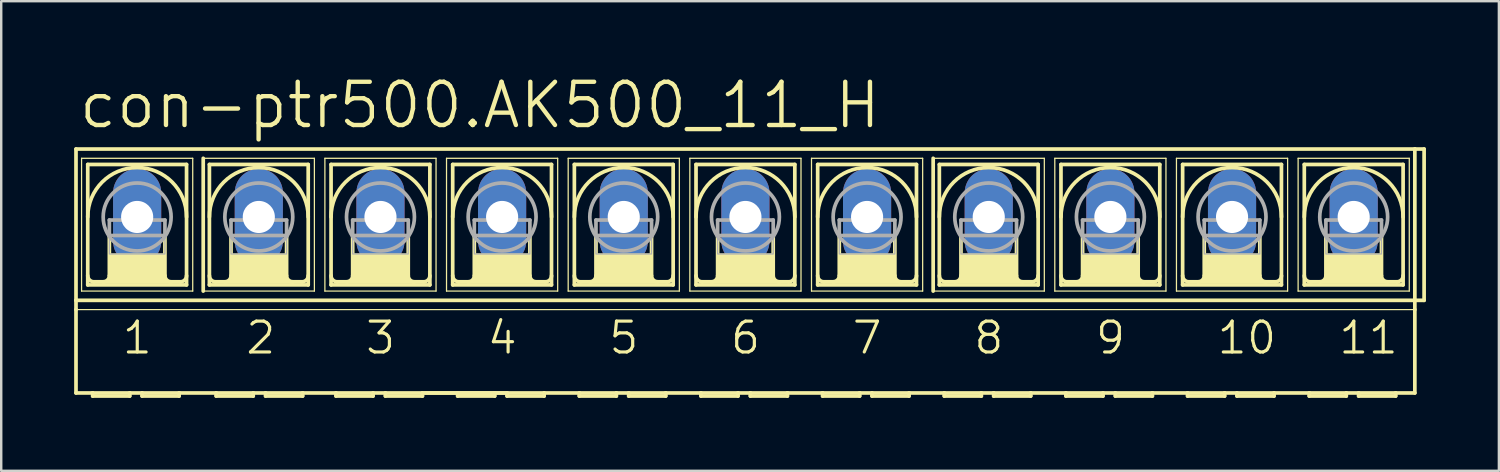
<source format=kicad_pcb>
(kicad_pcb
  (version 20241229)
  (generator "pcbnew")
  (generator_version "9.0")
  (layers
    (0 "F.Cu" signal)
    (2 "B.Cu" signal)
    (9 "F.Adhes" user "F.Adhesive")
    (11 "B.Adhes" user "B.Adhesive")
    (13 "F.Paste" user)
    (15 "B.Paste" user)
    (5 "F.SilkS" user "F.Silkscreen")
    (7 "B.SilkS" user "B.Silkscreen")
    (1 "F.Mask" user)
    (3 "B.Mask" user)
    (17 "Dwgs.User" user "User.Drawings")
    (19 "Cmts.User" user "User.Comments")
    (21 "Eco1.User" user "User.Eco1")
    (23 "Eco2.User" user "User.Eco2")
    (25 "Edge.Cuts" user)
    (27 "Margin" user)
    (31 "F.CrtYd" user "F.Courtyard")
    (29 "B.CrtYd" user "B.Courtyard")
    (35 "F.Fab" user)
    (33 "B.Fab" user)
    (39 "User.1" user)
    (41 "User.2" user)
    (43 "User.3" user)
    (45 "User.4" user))
  (footprint "con-ptr500.AK500_11_H"
    (layer "F.Cu")
    (at 27.61 5.874)
    (property "Reference" "con-ptr500.AK500_11_H" (at -27.508 -3.556 0) (layer "F.SilkS") (effects (font (size 1.778 1.778) (thickness 0.18)) (justify left bottom)))
    (attr through_hole)
    (fp_line (start -27.534 3.429) (end -27.534 -2.794) (stroke (width 0.152) (type default)) (layer "F.SilkS"))
    (fp_line (start -27.534 3.429) (end 27.534 3.429) (stroke (width 0.152) (type default)) (layer "F.SilkS"))
    (fp_line (start -27.534 3.81) (end -27.534 3.429) (stroke (width 0.152) (type default)) (layer "F.SilkS"))
    (fp_line (start -27.534 7.239) (end -27.534 3.81) (stroke (width 0.152) (type default)) (layer "F.SilkS"))
    (fp_line (start -27.534 7.239) (end -26.848 7.239) (stroke (width 0.152) (type default)) (layer "F.SilkS"))
    (fp_line (start -27.305 -2.413) (end -27.305 3.048) (stroke (width 0.051) (type default)) (layer "F.SilkS"))
    (fp_line (start -27.305 -2.413) (end -22.733 -2.413) (stroke (width 0.051) (type default)) (layer "F.SilkS"))
    (fp_line (start -27.051 2.794) (end -27.051 -2.159) (stroke (width 0.152) (type default)) (layer "F.SilkS"))
    (fp_line (start -27.051 2.794) (end -22.987 2.794) (stroke (width 0.152) (type default)) (layer "F.SilkS"))
    (fp_line (start -26.848 7.239) (end -25.324 7.239) (stroke (width 0.152) (type default)) (layer "F.SilkS"))
    (fp_line (start -26.848 7.366) (end -26.848 7.239) (stroke (width 0.152) (type default)) (layer "F.SilkS"))
    (fp_line (start -26.848 7.366) (end -25.324 7.366) (stroke (width 0.152) (type default)) (layer "F.SilkS"))
    (fp_line (start -26.162 0.762) (end -26.162 2.413) (stroke (width 0.152) (type default)) (layer "F.SilkS"))
    (fp_line (start -25.324 7.239) (end -25.324 7.366) (stroke (width 0.152) (type default)) (layer "F.SilkS"))
    (fp_line (start -25.324 7.239) (end -24.816 7.239) (stroke (width 0.152) (type default)) (layer "F.SilkS"))
    (fp_line (start -24.816 7.239) (end -23.292 7.239) (stroke (width 0.152) (type default)) (layer "F.SilkS"))
    (fp_line (start -24.816 7.366) (end -24.816 7.239) (stroke (width 0.152) (type default)) (layer "F.SilkS"))
    (fp_line (start -24.816 7.366) (end -23.292 7.366) (stroke (width 0.152) (type default)) (layer "F.SilkS"))
    (fp_line (start -23.876 0.762) (end -23.876 2.413) (stroke (width 0.152) (type default)) (layer "F.SilkS"))
    (fp_line (start -23.292 7.239) (end -21.768 7.239) (stroke (width 0.152) (type default)) (layer "F.SilkS"))
    (fp_line (start -23.292 7.366) (end -23.292 7.239) (stroke (width 0.152) (type default)) (layer "F.SilkS"))
    (fp_line (start -23.241 2.667) (end -26.797 2.667) (stroke (width 0.152) (type default)) (layer "F.SilkS"))
    (fp_line (start -22.987 -2.159) (end -27.051 -2.159) (stroke (width 0.152) (type default)) (layer "F.SilkS"))
    (fp_line (start -22.987 -2.159) (end -22.987 2.794) (stroke (width 0.152) (type default)) (layer "F.SilkS"))
    (fp_line (start -22.733 -2.413) (end -22.733 3.048) (stroke (width 0.051) (type default)) (layer "F.SilkS"))
    (fp_line (start -22.733 3.048) (end -27.305 3.048) (stroke (width 0.051) (type default)) (layer "F.SilkS"))
    (fp_line (start -22.301 -2.413) (end -22.301 3.048) (stroke (width 0.152) (type default)) (layer "F.SilkS"))
    (fp_line (start -22.301 -2.413) (end -17.729 -2.413) (stroke (width 0.051) (type default)) (layer "F.SilkS"))
    (fp_line (start -22.047 -2.159) (end -22.047 2.794) (stroke (width 0.152) (type default)) (layer "F.SilkS"))
    (fp_line (start -22.047 2.794) (end -17.983 2.794) (stroke (width 0.152) (type default)) (layer "F.SilkS"))
    (fp_line (start -21.768 7.239) (end -20.244 7.239) (stroke (width 0.152) (type default)) (layer "F.SilkS"))
    (fp_line (start -21.768 7.366) (end -21.768 7.239) (stroke (width 0.152) (type default)) (layer "F.SilkS"))
    (fp_line (start -21.768 7.366) (end -20.244 7.366) (stroke (width 0.152) (type default)) (layer "F.SilkS"))
    (fp_line (start -21.158 0.762) (end -21.158 2.413) (stroke (width 0.152) (type default)) (layer "F.SilkS"))
    (fp_line (start -20.244 7.239) (end -20.244 7.366) (stroke (width 0.152) (type default)) (layer "F.SilkS"))
    (fp_line (start -20.244 7.239) (end -19.736 7.239) (stroke (width 0.152) (type default)) (layer "F.SilkS"))
    (fp_line (start -19.736 7.239) (end -18.212 7.239) (stroke (width 0.152) (type default)) (layer "F.SilkS"))
    (fp_line (start -19.736 7.366) (end -19.736 7.239) (stroke (width 0.152) (type default)) (layer "F.SilkS"))
    (fp_line (start -19.736 7.366) (end -18.212 7.366) (stroke (width 0.152) (type default)) (layer "F.SilkS"))
    (fp_line (start -18.872 0.762) (end -18.872 2.413) (stroke (width 0.152) (type default)) (layer "F.SilkS"))
    (fp_line (start -18.237 2.667) (end -21.793 2.667) (stroke (width 0.152) (type default)) (layer "F.SilkS"))
    (fp_line (start -18.212 7.366) (end -18.212 7.239) (stroke (width 0.152) (type default)) (layer "F.SilkS"))
    (fp_line (start -17.983 -2.159) (end -22.047 -2.159) (stroke (width 0.152) (type default)) (layer "F.SilkS"))
    (fp_line (start -17.983 2.794) (end -17.983 -2.159) (stroke (width 0.152) (type default)) (layer "F.SilkS"))
    (fp_line (start -17.729 3.048) (end -22.301 3.048) (stroke (width 0.051) (type default)) (layer "F.SilkS"))
    (fp_line (start -17.729 3.048) (end -17.729 -2.413) (stroke (width 0.051) (type default)) (layer "F.SilkS"))
    (fp_line (start -17.297 -2.413) (end -17.297 3.048) (stroke (width 0.051) (type default)) (layer "F.SilkS"))
    (fp_line (start -17.297 -2.413) (end -12.725 -2.413) (stroke (width 0.051) (type default)) (layer "F.SilkS"))
    (fp_line (start -17.043 2.794) (end -17.043 -2.159) (stroke (width 0.152) (type default)) (layer "F.SilkS"))
    (fp_line (start -17.043 2.794) (end -12.979 2.794) (stroke (width 0.152) (type default)) (layer "F.SilkS"))
    (fp_line (start -16.84 7.239) (end -18.212 7.239) (stroke (width 0.152) (type default)) (layer "F.SilkS"))
    (fp_line (start -16.84 7.239) (end -16.84 7.366) (stroke (width 0.152) (type default)) (layer "F.SilkS"))
    (fp_line (start -16.84 7.239) (end -15.316 7.239) (stroke (width 0.152) (type default)) (layer "F.SilkS"))
    (fp_line (start -16.84 7.366) (end -15.316 7.366) (stroke (width 0.152) (type default)) (layer "F.SilkS"))
    (fp_line (start -16.154 0.762) (end -16.154 2.413) (stroke (width 0.152) (type default)) (layer "F.SilkS"))
    (fp_line (start -15.316 7.239) (end -15.316 7.366) (stroke (width 0.152) (type default)) (layer "F.SilkS"))
    (fp_line (start -15.316 7.239) (end -14.808 7.239) (stroke (width 0.152) (type default)) (layer "F.SilkS"))
    (fp_line (start -14.808 7.239) (end -14.808 7.366) (stroke (width 0.152) (type default)) (layer "F.SilkS"))
    (fp_line (start -14.808 7.239) (end -13.284 7.239) (stroke (width 0.152) (type default)) (layer "F.SilkS"))
    (fp_line (start -14.808 7.366) (end -13.284 7.366) (stroke (width 0.152) (type default)) (layer "F.SilkS"))
    (fp_line (start -13.868 0.762) (end -13.868 2.413) (stroke (width 0.152) (type default)) (layer "F.SilkS"))
    (fp_line (start -13.284 7.366) (end -13.284 7.239) (stroke (width 0.152) (type default)) (layer "F.SilkS"))
    (fp_line (start -13.233 2.667) (end -16.789 2.667) (stroke (width 0.152) (type default)) (layer "F.SilkS"))
    (fp_line (start -12.979 -2.159) (end -17.043 -2.159) (stroke (width 0.152) (type default)) (layer "F.SilkS"))
    (fp_line (start -12.979 -2.159) (end -12.979 2.794) (stroke (width 0.152) (type default)) (layer "F.SilkS"))
    (fp_line (start -12.725 -2.413) (end -12.725 3.048) (stroke (width 0.051) (type default)) (layer "F.SilkS"))
    (fp_line (start -12.725 3.048) (end -17.297 3.048) (stroke (width 0.051) (type default)) (layer "F.SilkS"))
    (fp_line (start -12.294 -2.413) (end -12.294 3.048) (stroke (width 0.051) (type default)) (layer "F.SilkS"))
    (fp_line (start -12.294 -2.413) (end -7.722 -2.413) (stroke (width 0.051) (type default)) (layer "F.SilkS"))
    (fp_line (start -12.04 2.794) (end -12.04 -2.159) (stroke (width 0.152) (type default)) (layer "F.SilkS"))
    (fp_line (start -12.04 2.794) (end -7.976 2.794) (stroke (width 0.152) (type default)) (layer "F.SilkS"))
    (fp_line (start -11.836 7.239) (end -13.183 7.239) (stroke (width 0.152) (type default)) (layer "F.SilkS"))
    (fp_line (start -11.836 7.239) (end -11.836 7.366) (stroke (width 0.152) (type default)) (layer "F.SilkS"))
    (fp_line (start -11.836 7.239) (end -10.312 7.239) (stroke (width 0.152) (type default)) (layer "F.SilkS"))
    (fp_line (start -11.836 7.366) (end -10.312 7.366) (stroke (width 0.152) (type default)) (layer "F.SilkS"))
    (fp_line (start -11.151 0.762) (end -11.151 2.413) (stroke (width 0.152) (type default)) (layer "F.SilkS"))
    (fp_line (start -10.312 7.239) (end -10.312 7.366) (stroke (width 0.152) (type default)) (layer "F.SilkS"))
    (fp_line (start -10.312 7.239) (end -9.804 7.239) (stroke (width 0.152) (type default)) (layer "F.SilkS"))
    (fp_line (start -9.804 7.239) (end -13.284 7.239) (stroke (width 0.152) (type default)) (layer "F.SilkS"))
    (fp_line (start -9.804 7.239) (end -9.804 7.366) (stroke (width 0.152) (type default)) (layer "F.SilkS"))
    (fp_line (start -9.804 7.366) (end -8.28 7.366) (stroke (width 0.152) (type default)) (layer "F.SilkS"))
    (fp_line (start -8.865 0.762) (end -8.865 2.413) (stroke (width 0.152) (type default)) (layer "F.SilkS"))
    (fp_line (start -8.28 7.239) (end -9.804 7.239) (stroke (width 0.152) (type default)) (layer "F.SilkS"))
    (fp_line (start -8.28 7.366) (end -8.28 7.239) (stroke (width 0.152) (type default)) (layer "F.SilkS"))
    (fp_line (start -8.23 2.667) (end -11.786 2.667) (stroke (width 0.152) (type default)) (layer "F.SilkS"))
    (fp_line (start -7.976 -2.159) (end -12.04 -2.159) (stroke (width 0.152) (type default)) (layer "F.SilkS"))
    (fp_line (start -7.976 -2.159) (end -7.976 2.794) (stroke (width 0.152) (type default)) (layer "F.SilkS"))
    (fp_line (start -7.722 -2.413) (end -7.722 3.048) (stroke (width 0.051) (type default)) (layer "F.SilkS"))
    (fp_line (start -7.722 3.048) (end -12.294 3.048) (stroke (width 0.051) (type default)) (layer "F.SilkS"))
    (fp_line (start -7.29 -2.413) (end -7.29 3.048) (stroke (width 0.051) (type default)) (layer "F.SilkS"))
    (fp_line (start -7.29 -2.413) (end -2.718 -2.413) (stroke (width 0.051) (type default)) (layer "F.SilkS"))
    (fp_line (start -7.036 2.794) (end -7.036 -2.159) (stroke (width 0.152) (type default)) (layer "F.SilkS"))
    (fp_line (start -7.036 2.794) (end -2.972 2.794) (stroke (width 0.152) (type default)) (layer "F.SilkS"))
    (fp_line (start -6.833 7.239) (end -8.28 7.239) (stroke (width 0.152) (type default)) (layer "F.SilkS"))
    (fp_line (start -6.833 7.366) (end -6.833 7.239) (stroke (width 0.152) (type default)) (layer "F.SilkS"))
    (fp_line (start -6.833 7.366) (end -5.309 7.366) (stroke (width 0.152) (type default)) (layer "F.SilkS"))
    (fp_line (start -6.147 0.762) (end -6.147 2.413) (stroke (width 0.152) (type default)) (layer "F.SilkS"))
    (fp_line (start -5.309 7.239) (end -6.833 7.239) (stroke (width 0.152) (type default)) (layer "F.SilkS"))
    (fp_line (start -5.309 7.239) (end -5.309 7.366) (stroke (width 0.152) (type default)) (layer "F.SilkS"))
    (fp_line (start -4.801 7.239) (end -5.309 7.239) (stroke (width 0.152) (type default)) (layer "F.SilkS"))
    (fp_line (start -4.801 7.366) (end -4.801 7.239) (stroke (width 0.152) (type default)) (layer "F.SilkS"))
    (fp_line (start -4.801 7.366) (end -3.277 7.366) (stroke (width 0.152) (type default)) (layer "F.SilkS"))
    (fp_line (start -3.861 0.762) (end -3.861 2.413) (stroke (width 0.152) (type default)) (layer "F.SilkS"))
    (fp_line (start -3.277 7.239) (end -4.801 7.239) (stroke (width 0.152) (type default)) (layer "F.SilkS"))
    (fp_line (start -3.277 7.366) (end -3.277 7.239) (stroke (width 0.152) (type default)) (layer "F.SilkS"))
    (fp_line (start -3.226 2.667) (end -6.782 2.667) (stroke (width 0.152) (type default)) (layer "F.SilkS"))
    (fp_line (start -2.972 -2.159) (end -7.036 -2.159) (stroke (width 0.152) (type default)) (layer "F.SilkS"))
    (fp_line (start -2.972 -2.159) (end -2.972 2.794) (stroke (width 0.152) (type default)) (layer "F.SilkS"))
    (fp_line (start -2.718 -2.413) (end -2.718 3.048) (stroke (width 0.051) (type default)) (layer "F.SilkS"))
    (fp_line (start -2.718 3.048) (end -7.29 3.048) (stroke (width 0.051) (type default)) (layer "F.SilkS"))
    (fp_line (start -2.286 -2.413) (end -2.286 3.048) (stroke (width 0.051) (type default)) (layer "F.SilkS"))
    (fp_line (start -2.286 -2.413) (end 2.286 -2.413) (stroke (width 0.051) (type default)) (layer "F.SilkS"))
    (fp_line (start -2.032 2.794) (end -2.032 -2.159) (stroke (width 0.152) (type default)) (layer "F.SilkS"))
    (fp_line (start -2.032 2.794) (end 2.032 2.794) (stroke (width 0.152) (type default)) (layer "F.SilkS"))
    (fp_line (start -1.829 7.239) (end -3.277 7.239) (stroke (width 0.152) (type default)) (layer "F.SilkS"))
    (fp_line (start -1.829 7.366) (end -1.829 7.239) (stroke (width 0.152) (type default)) (layer "F.SilkS"))
    (fp_line (start -1.829 7.366) (end -0.305 7.366) (stroke (width 0.152) (type default)) (layer "F.SilkS"))
    (fp_line (start -1.143 0.762) (end -1.143 2.413) (stroke (width 0.152) (type default)) (layer "F.SilkS"))
    (fp_line (start -0.305 7.239) (end -1.829 7.239) (stroke (width 0.152) (type default)) (layer "F.SilkS"))
    (fp_line (start -0.305 7.239) (end -0.305 7.366) (stroke (width 0.152) (type default)) (layer "F.SilkS"))
    (fp_line (start 0.203 7.239) (end -0.305 7.239) (stroke (width 0.152) (type default)) (layer "F.SilkS"))
    (fp_line (start 0.203 7.239) (end 1.727 7.239) (stroke (width 0.152) (type default)) (layer "F.SilkS"))
    (fp_line (start 0.203 7.366) (end 0.203 7.239) (stroke (width 0.152) (type default)) (layer "F.SilkS"))
    (fp_line (start 0.203 7.366) (end 1.727 7.366) (stroke (width 0.152) (type default)) (layer "F.SilkS"))
    (fp_line (start 1.143 0.762) (end 1.143 2.413) (stroke (width 0.152) (type default)) (layer "F.SilkS"))
    (fp_line (start 1.727 7.239) (end 3.175 7.239) (stroke (width 0.152) (type default)) (layer "F.SilkS"))
    (fp_line (start 1.727 7.366) (end 1.727 7.239) (stroke (width 0.152) (type default)) (layer "F.SilkS"))
    (fp_line (start 1.778 2.667) (end -1.778 2.667) (stroke (width 0.152) (type default)) (layer "F.SilkS"))
    (fp_line (start 2.032 -2.159) (end -2.032 -2.159) (stroke (width 0.152) (type default)) (layer "F.SilkS"))
    (fp_line (start 2.032 -2.159) (end 2.032 2.794) (stroke (width 0.152) (type default)) (layer "F.SilkS"))
    (fp_line (start 2.286 -2.413) (end 2.286 3.048) (stroke (width 0.051) (type default)) (layer "F.SilkS"))
    (fp_line (start 2.286 3.048) (end -2.286 3.048) (stroke (width 0.051) (type default)) (layer "F.SilkS"))
    (fp_line (start 2.718 -2.413) (end 2.718 3.048) (stroke (width 0.051) (type default)) (layer "F.SilkS"))
    (fp_line (start 2.718 -2.413) (end 7.29 -2.413) (stroke (width 0.051) (type default)) (layer "F.SilkS"))
    (fp_line (start 2.972 2.794) (end 2.972 -2.159) (stroke (width 0.152) (type default)) (layer "F.SilkS"))
    (fp_line (start 2.972 2.794) (end 7.036 2.794) (stroke (width 0.152) (type default)) (layer "F.SilkS"))
    (fp_line (start 3.175 7.366) (end 3.175 7.239) (stroke (width 0.152) (type default)) (layer "F.SilkS"))
    (fp_line (start 3.175 7.366) (end 4.699 7.366) (stroke (width 0.152) (type default)) (layer "F.SilkS"))
    (fp_line (start 3.861 0.762) (end 3.861 2.413) (stroke (width 0.152) (type default)) (layer "F.SilkS"))
    (fp_line (start 4.699 7.239) (end 3.175 7.239) (stroke (width 0.152) (type default)) (layer "F.SilkS"))
    (fp_line (start 4.699 7.239) (end 4.699 7.366) (stroke (width 0.152) (type default)) (layer "F.SilkS"))
    (fp_line (start 5.207 7.239) (end 4.699 7.239) (stroke (width 0.152) (type default)) (layer "F.SilkS"))
    (fp_line (start 5.207 7.239) (end 6.731 7.239) (stroke (width 0.152) (type default)) (layer "F.SilkS"))
    (fp_line (start 5.207 7.366) (end 5.207 7.239) (stroke (width 0.152) (type default)) (layer "F.SilkS"))
    (fp_line (start 5.207 7.366) (end 6.731 7.366) (stroke (width 0.152) (type default)) (layer "F.SilkS"))
    (fp_line (start 6.147 0.762) (end 6.147 2.413) (stroke (width 0.152) (type default)) (layer "F.SilkS"))
    (fp_line (start 6.731 7.366) (end 6.731 7.239) (stroke (width 0.152) (type default)) (layer "F.SilkS"))
    (fp_line (start 6.782 2.667) (end 3.226 2.667) (stroke (width 0.152) (type default)) (layer "F.SilkS"))
    (fp_line (start 7.036 -2.159) (end 2.972 -2.159) (stroke (width 0.152) (type default)) (layer "F.SilkS"))
    (fp_line (start 7.036 -2.159) (end 7.036 2.794) (stroke (width 0.152) (type default)) (layer "F.SilkS"))
    (fp_line (start 7.29 -2.413) (end 7.29 3.048) (stroke (width 0.051) (type default)) (layer "F.SilkS"))
    (fp_line (start 7.29 3.048) (end 2.718 3.048) (stroke (width 0.051) (type default)) (layer "F.SilkS"))
    (fp_line (start 7.722 -2.413) (end 7.722 3.048) (stroke (width 0.152) (type default)) (layer "F.SilkS"))
    (fp_line (start 7.722 -2.413) (end 12.294 -2.413) (stroke (width 0.051) (type default)) (layer "F.SilkS"))
    (fp_line (start 7.976 2.794) (end 7.976 -2.159) (stroke (width 0.152) (type default)) (layer "F.SilkS"))
    (fp_line (start 7.976 2.794) (end 12.04 2.794) (stroke (width 0.152) (type default)) (layer "F.SilkS"))
    (fp_line (start 8.179 7.239) (end 6.731 7.239) (stroke (width 0.152) (type default)) (layer "F.SilkS"))
    (fp_line (start 8.179 7.239) (end 9.703 7.239) (stroke (width 0.152) (type default)) (layer "F.SilkS"))
    (fp_line (start 8.179 7.366) (end 8.179 7.239) (stroke (width 0.152) (type default)) (layer "F.SilkS"))
    (fp_line (start 8.179 7.366) (end 9.703 7.366) (stroke (width 0.152) (type default)) (layer "F.SilkS"))
    (fp_line (start 8.865 0.762) (end 8.865 2.413) (stroke (width 0.152) (type default)) (layer "F.SilkS"))
    (fp_line (start 9.703 7.239) (end 9.703 7.366) (stroke (width 0.152) (type default)) (layer "F.SilkS"))
    (fp_line (start 9.703 7.239) (end 10.211 7.239) (stroke (width 0.152) (type default)) (layer "F.SilkS"))
    (fp_line (start 10.211 7.239) (end 11.735 7.239) (stroke (width 0.152) (type default)) (layer "F.SilkS"))
    (fp_line (start 10.211 7.366) (end 10.211 7.239) (stroke (width 0.152) (type default)) (layer "F.SilkS"))
    (fp_line (start 10.211 7.366) (end 11.735 7.366) (stroke (width 0.152) (type default)) (layer "F.SilkS"))
    (fp_line (start 11.151 0.762) (end 11.151 2.413) (stroke (width 0.152) (type default)) (layer "F.SilkS"))
    (fp_line (start 11.735 7.366) (end 11.735 7.239) (stroke (width 0.152) (type default)) (layer "F.SilkS"))
    (fp_line (start 11.786 2.667) (end 8.23 2.667) (stroke (width 0.152) (type default)) (layer "F.SilkS"))
    (fp_line (start 12.04 -2.159) (end 7.976 -2.159) (stroke (width 0.152) (type default)) (layer "F.SilkS"))
    (fp_line (start 12.04 -2.159) (end 12.04 2.794) (stroke (width 0.152) (type default)) (layer "F.SilkS"))
    (fp_line (start 12.294 -2.413) (end 12.294 3.048) (stroke (width 0.051) (type default)) (layer "F.SilkS"))
    (fp_line (start 12.294 3.048) (end 7.722 3.048) (stroke (width 0.051) (type default)) (layer "F.SilkS"))
    (fp_line (start 12.725 -2.413) (end 12.725 3.048) (stroke (width 0.051) (type default)) (layer "F.SilkS"))
    (fp_line (start 12.725 -2.413) (end 17.297 -2.413) (stroke (width 0.051) (type default)) (layer "F.SilkS"))
    (fp_line (start 12.979 2.794) (end 12.979 -2.159) (stroke (width 0.152) (type default)) (layer "F.SilkS"))
    (fp_line (start 12.979 2.794) (end 17.043 2.794) (stroke (width 0.152) (type default)) (layer "F.SilkS"))
    (fp_line (start 13.183 7.239) (end 11.735 7.239) (stroke (width 0.152) (type default)) (layer "F.SilkS"))
    (fp_line (start 13.183 7.239) (end 14.707 7.239) (stroke (width 0.152) (type default)) (layer "F.SilkS"))
    (fp_line (start 13.183 7.366) (end 13.183 7.239) (stroke (width 0.152) (type default)) (layer "F.SilkS"))
    (fp_line (start 13.183 7.366) (end 14.707 7.366) (stroke (width 0.152) (type default)) (layer "F.SilkS"))
    (fp_line (start 13.868 0.762) (end 13.868 2.413) (stroke (width 0.152) (type default)) (layer "F.SilkS"))
    (fp_line (start 14.707 7.239) (end 14.707 7.366) (stroke (width 0.152) (type default)) (layer "F.SilkS"))
    (fp_line (start 15.215 7.239) (end 14.707 7.239) (stroke (width 0.152) (type default)) (layer "F.SilkS"))
    (fp_line (start 15.215 7.366) (end 15.215 7.239) (stroke (width 0.152) (type default)) (layer "F.SilkS"))
    (fp_line (start 15.215 7.366) (end 16.739 7.366) (stroke (width 0.152) (type default)) (layer "F.SilkS"))
    (fp_line (start 16.154 0.762) (end 16.154 2.413) (stroke (width 0.152) (type default)) (layer "F.SilkS"))
    (fp_line (start 16.739 7.239) (end 15.215 7.239) (stroke (width 0.152) (type default)) (layer "F.SilkS"))
    (fp_line (start 16.739 7.366) (end 16.739 7.239) (stroke (width 0.152) (type default)) (layer "F.SilkS"))
    (fp_line (start 16.789 2.667) (end 13.233 2.667) (stroke (width 0.152) (type default)) (layer "F.SilkS"))
    (fp_line (start 17.043 -2.159) (end 12.979 -2.159) (stroke (width 0.152) (type default)) (layer "F.SilkS"))
    (fp_line (start 17.043 -2.159) (end 17.043 2.794) (stroke (width 0.152) (type default)) (layer "F.SilkS"))
    (fp_line (start 17.297 -2.413) (end 17.297 3.048) (stroke (width 0.051) (type default)) (layer "F.SilkS"))
    (fp_line (start 17.297 3.048) (end 12.725 3.048) (stroke (width 0.051) (type default)) (layer "F.SilkS"))
    (fp_line (start 17.729 -2.413) (end 17.729 3.048) (stroke (width 0.051) (type default)) (layer "F.SilkS"))
    (fp_line (start 17.729 -2.413) (end 22.301 -2.413) (stroke (width 0.051) (type default)) (layer "F.SilkS"))
    (fp_line (start 17.983 2.794) (end 17.983 -2.159) (stroke (width 0.152) (type default)) (layer "F.SilkS"))
    (fp_line (start 17.983 2.794) (end 22.047 2.794) (stroke (width 0.152) (type default)) (layer "F.SilkS"))
    (fp_line (start 18.186 7.239) (end 16.739 7.239) (stroke (width 0.152) (type default)) (layer "F.SilkS"))
    (fp_line (start 18.186 7.366) (end 18.186 7.239) (stroke (width 0.152) (type default)) (layer "F.SilkS"))
    (fp_line (start 18.186 7.366) (end 19.71 7.366) (stroke (width 0.152) (type default)) (layer "F.SilkS"))
    (fp_line (start 18.872 0.762) (end 18.872 2.413) (stroke (width 0.152) (type default)) (layer "F.SilkS"))
    (fp_line (start 19.71 7.239) (end 18.186 7.239) (stroke (width 0.152) (type default)) (layer "F.SilkS"))
    (fp_line (start 19.71 7.239) (end 19.71 7.366) (stroke (width 0.152) (type default)) (layer "F.SilkS"))
    (fp_line (start 19.71 7.239) (end 20.218 7.239) (stroke (width 0.152) (type default)) (layer "F.SilkS"))
    (fp_line (start 20.218 7.239) (end 21.742 7.239) (stroke (width 0.152) (type default)) (layer "F.SilkS"))
    (fp_line (start 20.218 7.366) (end 20.218 7.239) (stroke (width 0.152) (type default)) (layer "F.SilkS"))
    (fp_line (start 20.218 7.366) (end 21.742 7.366) (stroke (width 0.152) (type default)) (layer "F.SilkS"))
    (fp_line (start 21.158 0.762) (end 21.158 2.413) (stroke (width 0.152) (type default)) (layer "F.SilkS"))
    (fp_line (start 21.742 7.239) (end 23.19 7.239) (stroke (width 0.152) (type default)) (layer "F.SilkS"))
    (fp_line (start 21.742 7.366) (end 21.742 7.239) (stroke (width 0.152) (type default)) (layer "F.SilkS"))
    (fp_line (start 21.793 2.667) (end 18.237 2.667) (stroke (width 0.152) (type default)) (layer "F.SilkS"))
    (fp_line (start 22.047 -2.159) (end 17.983 -2.159) (stroke (width 0.152) (type default)) (layer "F.SilkS"))
    (fp_line (start 22.047 -2.159) (end 22.047 2.794) (stroke (width 0.152) (type default)) (layer "F.SilkS"))
    (fp_line (start 22.301 -2.413) (end 22.301 3.048) (stroke (width 0.051) (type default)) (layer "F.SilkS"))
    (fp_line (start 22.301 3.048) (end 17.729 3.048) (stroke (width 0.051) (type default)) (layer "F.SilkS"))
    (fp_line (start 22.733 -2.413) (end 22.733 3.048) (stroke (width 0.051) (type default)) (layer "F.SilkS"))
    (fp_line (start 22.733 -2.413) (end 27.305 -2.413) (stroke (width 0.051) (type default)) (layer "F.SilkS"))
    (fp_line (start 22.987 2.794) (end 22.987 -2.159) (stroke (width 0.152) (type default)) (layer "F.SilkS"))
    (fp_line (start 22.987 2.794) (end 27.051 2.794) (stroke (width 0.152) (type default)) (layer "F.SilkS"))
    (fp_line (start 23.19 7.239) (end 24.714 7.239) (stroke (width 0.152) (type default)) (layer "F.SilkS"))
    (fp_line (start 23.19 7.366) (end 23.19 7.239) (stroke (width 0.152) (type default)) (layer "F.SilkS"))
    (fp_line (start 23.19 7.366) (end 24.714 7.366) (stroke (width 0.152) (type default)) (layer "F.SilkS"))
    (fp_line (start 23.876 0.762) (end 23.876 2.413) (stroke (width 0.152) (type default)) (layer "F.SilkS"))
    (fp_line (start 24.714 7.239) (end 24.714 7.366) (stroke (width 0.152) (type default)) (layer "F.SilkS"))
    (fp_line (start 24.714 7.239) (end 25.222 7.239) (stroke (width 0.152) (type default)) (layer "F.SilkS"))
    (fp_line (start 25.222 7.366) (end 25.222 7.239) (stroke (width 0.152) (type default)) (layer "F.SilkS"))
    (fp_line (start 25.222 7.366) (end 26.746 7.366) (stroke (width 0.152) (type default)) (layer "F.SilkS"))
    (fp_line (start 26.162 0.762) (end 26.162 2.413) (stroke (width 0.152) (type default)) (layer "F.SilkS"))
    (fp_line (start 26.746 7.239) (end 25.222 7.239) (stroke (width 0.152) (type default)) (layer "F.SilkS"))
    (fp_line (start 26.746 7.366) (end 26.746 7.239) (stroke (width 0.152) (type default)) (layer "F.SilkS"))
    (fp_line (start 26.797 2.667) (end 23.241 2.667) (stroke (width 0.152) (type default)) (layer "F.SilkS"))
    (fp_line (start 27.051 -2.159) (end 22.987 -2.159) (stroke (width 0.152) (type default)) (layer "F.SilkS"))
    (fp_line (start 27.051 -2.159) (end 27.051 2.794) (stroke (width 0.152) (type default)) (layer "F.SilkS"))
    (fp_line (start 27.305 -2.413) (end 27.305 3.048) (stroke (width 0.051) (type default)) (layer "F.SilkS"))
    (fp_line (start 27.305 3.048) (end 22.733 3.048) (stroke (width 0.051) (type default)) (layer "F.SilkS"))
    (fp_line (start 27.534 -2.794) (end -27.534 -2.794) (stroke (width 0.152) (type default)) (layer "F.SilkS"))
    (fp_line (start 27.534 -2.794) (end 27.534 3.429) (stroke (width 0.152) (type default)) (layer "F.SilkS"))
    (fp_line (start 27.534 3.429) (end 27.534 3.81) (stroke (width 0.152) (type default)) (layer "F.SilkS"))
    (fp_line (start 27.534 3.81) (end -27.534 3.81) (stroke (width 0.051) (type default)) (layer "F.SilkS"))
    (fp_line (start 27.534 3.81) (end 27.534 7.239) (stroke (width 0.152) (type default)) (layer "F.SilkS"))
    (fp_line (start 27.534 7.239) (end 26.746 7.239) (stroke (width 0.152) (type default)) (layer "F.SilkS"))
    (fp_line (start 27.915 -2.794) (end 27.534 -2.794) (stroke (width 0.152) (type default)) (layer "F.SilkS"))
    (fp_line (start 27.915 -2.794) (end 27.915 3.429) (stroke (width 0.152) (type default)) (layer "F.SilkS"))
    (fp_line (start 27.915 3.429) (end 27.534 3.429) (stroke (width 0.152) (type default)) (layer "F.SilkS"))
    (fp_rect (start -26.162 2.667) (end -23.876 1.524) (stroke (width 0.05) (type default)) (fill yes) (layer "F.SilkS"))
    (fp_rect (start -21.158 2.667) (end -18.872 1.524) (stroke (width 0.05) (type default)) (fill yes) (layer "F.SilkS"))
    (fp_rect (start -16.154 2.667) (end -13.868 1.524) (stroke (width 0.05) (type default)) (fill yes) (layer "F.SilkS"))
    (fp_rect (start -11.151 2.667) (end -8.865 1.524) (stroke (width 0.05) (type default)) (fill yes) (layer "F.SilkS"))
    (fp_rect (start -6.147 2.667) (end -3.861 1.524) (stroke (width 0.05) (type default)) (fill yes) (layer "F.SilkS"))
    (fp_rect (start -1.143 2.667) (end 1.143 1.524) (stroke (width 0.05) (type default)) (fill yes) (layer "F.SilkS"))
    (fp_rect (start 3.861 2.667) (end 6.147 1.524) (stroke (width 0.05) (type default)) (fill yes) (layer "F.SilkS"))
    (fp_rect (start 8.865 2.667) (end 11.151 1.524) (stroke (width 0.05) (type default)) (fill yes) (layer "F.SilkS"))
    (fp_rect (start 13.868 2.667) (end 16.154 1.524) (stroke (width 0.05) (type default)) (fill yes) (layer "F.SilkS"))
    (fp_rect (start 18.872 2.667) (end 21.158 1.524) (stroke (width 0.05) (type default)) (fill yes) (layer "F.SilkS"))
    (fp_rect (start 23.876 2.667) (end 26.162 1.524) (stroke (width 0.05) (type default)) (fill yes) (layer "F.SilkS"))
    (fp_arc (start -27.051 0) (mid -25.019 -2.032) (end -22.987 0) (stroke (width 0.1524) (type default)) (layer "F.SilkS"))
    (fp_arc (start -26.797 2.667) (mid -26.976605 2.592605) (end -27.051 2.413) (stroke (width 0.1524) (type default)) (layer "F.SilkS"))
    (fp_arc (start -26.162 2.413) (mid -26.236395 2.592605) (end -26.416 2.667) (stroke (width 0.1524) (type default)) (layer "F.SilkS"))
    (fp_arc (start -23.622 2.667) (mid -23.801605 2.592605) (end -23.876 2.413) (stroke (width 0.1524) (type default)) (layer "F.SilkS"))
    (fp_arc (start -22.987 2.413) (mid -23.061395 2.592605) (end -23.241 2.667) (stroke (width 0.1524) (type default)) (layer "F.SilkS"))
    (fp_arc (start -22.0472 0) (mid -20.0152 -2.032) (end -17.9832 0) (stroke (width 0.1524) (type default)) (layer "F.SilkS"))
    (fp_arc (start -21.7932 2.667) (mid -21.972805 2.592605) (end -22.0472 2.413) (stroke (width 0.1524) (type default)) (layer "F.SilkS"))
    (fp_arc (start -21.1582 2.413) (mid -21.232595 2.592605) (end -21.4122 2.667) (stroke (width 0.1524) (type default)) (layer "F.SilkS"))
    (fp_arc (start -18.6182 2.667) (mid -18.797805 2.592605) (end -18.8722 2.413) (stroke (width 0.1524) (type default)) (layer "F.SilkS"))
    (fp_arc (start -17.9832 2.413) (mid -18.057595 2.592605) (end -18.2372 2.667) (stroke (width 0.1524) (type default)) (layer "F.SilkS"))
    (fp_arc (start -17.0434 0) (mid -15.0114 -2.032) (end -12.9794 0) (stroke (width 0.1524) (type default)) (layer "F.SilkS"))
    (fp_arc (start -16.7894 2.667) (mid -16.969005 2.592605) (end -17.0434 2.413) (stroke (width 0.1524) (type default)) (layer "F.SilkS"))
    (fp_arc (start -16.1544 2.413) (mid -16.228795 2.592605) (end -16.4084 2.667) (stroke (width 0.1524) (type default)) (layer "F.SilkS"))
    (fp_arc (start -13.6144 2.667) (mid -13.794005 2.592605) (end -13.8684 2.413) (stroke (width 0.1524) (type default)) (layer "F.SilkS"))
    (fp_arc (start -12.9794 2.413) (mid -13.053795 2.592605) (end -13.2334 2.667) (stroke (width 0.1524) (type default)) (layer "F.SilkS"))
    (fp_arc (start -12.0396 0) (mid -10.0076 -2.032) (end -7.9756 0) (stroke (width 0.1524) (type default)) (layer "F.SilkS"))
    (fp_arc (start -11.7856 2.667) (mid -11.965205 2.592605) (end -12.0396 2.413) (stroke (width 0.1524) (type default)) (layer "F.SilkS"))
    (fp_arc (start -11.1506 2.413) (mid -11.224995 2.592605) (end -11.4046 2.667) (stroke (width 0.1524) (type default)) (layer "F.SilkS"))
    (fp_arc (start -8.6106 2.667) (mid -8.790205 2.592605) (end -8.8646 2.413) (stroke (width 0.1524) (type default)) (layer "F.SilkS"))
    (fp_arc (start -7.9756 2.413) (mid -8.049995 2.592605) (end -8.2296 2.667) (stroke (width 0.1524) (type default)) (layer "F.SilkS"))
    (fp_arc (start -7.0358 0) (mid -5.0038 -2.032) (end -2.9718 0) (stroke (width 0.1524) (type default)) (layer "F.SilkS"))
    (fp_arc (start -6.7818 2.667) (mid -6.961405 2.592605) (end -7.0358 2.413) (stroke (width 0.1524) (type default)) (layer "F.SilkS"))
    (fp_arc (start -6.1468 2.413) (mid -6.221195 2.592605) (end -6.4008 2.667) (stroke (width 0.1524) (type default)) (layer "F.SilkS"))
    (fp_arc (start -3.6068 2.667) (mid -3.786405 2.592605) (end -3.8608 2.413) (stroke (width 0.1524) (type default)) (layer "F.SilkS"))
    (fp_arc (start -2.9718 2.413) (mid -3.046195 2.592605) (end -3.2258 2.667) (stroke (width 0.1524) (type default)) (layer "F.SilkS"))
    (fp_arc (start -2.032 0) (mid 0 -2.032) (end 2.032 0) (stroke (width 0.1524) (type default)) (layer "F.SilkS"))
    (fp_arc (start -1.778 2.667) (mid -1.957605 2.592605) (end -2.032 2.413) (stroke (width 0.1524) (type default)) (layer "F.SilkS"))
    (fp_arc (start -1.143 2.413) (mid -1.217395 2.592605) (end -1.397 2.667) (stroke (width 0.1524) (type default)) (layer "F.SilkS"))
    (fp_arc (start 1.397 2.667) (mid 1.217395 2.592605) (end 1.143 2.413) (stroke (width 0.1524) (type default)) (layer "F.SilkS"))
    (fp_arc (start 2.032 2.413) (mid 1.957605 2.592605) (end 1.778 2.667) (stroke (width 0.1524) (type default)) (layer "F.SilkS"))
    (fp_arc (start 2.9718 0) (mid 5.0038 -2.032) (end 7.0358 0) (stroke (width 0.1524) (type default)) (layer "F.SilkS"))
    (fp_arc (start 3.2258 2.667) (mid 3.046195 2.592605) (end 2.9718 2.413) (stroke (width 0.1524) (type default)) (layer "F.SilkS"))
    (fp_arc (start 3.8608 2.413) (mid 3.786405 2.592605) (end 3.6068 2.667) (stroke (width 0.1524) (type default)) (layer "F.SilkS"))
    (fp_arc (start 6.4008 2.667) (mid 6.221195 2.592605) (end 6.1468 2.413) (stroke (width 0.1524) (type default)) (layer "F.SilkS"))
    (fp_arc (start 7.0358 2.413) (mid 6.961405 2.592605) (end 6.7818 2.667) (stroke (width 0.1524) (type default)) (layer "F.SilkS"))
    (fp_arc (start 7.9756 0) (mid 10.0076 -2.032) (end 12.0396 0) (stroke (width 0.1524) (type default)) (layer "F.SilkS"))
    (fp_arc (start 8.2296 2.667) (mid 8.049995 2.592605) (end 7.9756 2.413) (stroke (width 0.1524) (type default)) (layer "F.SilkS"))
    (fp_arc (start 8.8646 2.413) (mid 8.790205 2.592605) (end 8.6106 2.667) (stroke (width 0.1524) (type default)) (layer "F.SilkS"))
    (fp_arc (start 11.4046 2.667) (mid 11.224995 2.592605) (end 11.1506 2.413) (stroke (width 0.1524) (type default)) (layer "F.SilkS"))
    (fp_arc (start 12.0396 2.413) (mid 11.965205 2.592605) (end 11.7856 2.667) (stroke (width 0.1524) (type default)) (layer "F.SilkS"))
    (fp_arc (start 12.9794 0) (mid 15.0114 -2.032) (end 17.0434 0) (stroke (width 0.1524) (type default)) (layer "F.SilkS"))
    (fp_arc (start 13.2334 2.667) (mid 13.053795 2.592605) (end 12.9794 2.413) (stroke (width 0.1524) (type default)) (layer "F.SilkS"))
    (fp_arc (start 13.8684 2.413) (mid 13.794005 2.592605) (end 13.6144 2.667) (stroke (width 0.1524) (type default)) (layer "F.SilkS"))
    (fp_arc (start 16.4084 2.667) (mid 16.228795 2.592605) (end 16.1544 2.413) (stroke (width 0.1524) (type default)) (layer "F.SilkS"))
    (fp_arc (start 17.0434 2.413) (mid 16.969005 2.592605) (end 16.7894 2.667) (stroke (width 0.1524) (type default)) (layer "F.SilkS"))
    (fp_arc (start 17.9832 0) (mid 20.0152 -2.032) (end 22.0472 0) (stroke (width 0.1524) (type default)) (layer "F.SilkS"))
    (fp_arc (start 18.2372 2.667) (mid 18.057595 2.592605) (end 17.9832 2.413) (stroke (width 0.1524) (type default)) (layer "F.SilkS"))
    (fp_arc (start 18.8722 2.413) (mid 18.797805 2.592605) (end 18.6182 2.667) (stroke (width 0.1524) (type default)) (layer "F.SilkS"))
    (fp_arc (start 21.4122 2.667) (mid 21.232595 2.592605) (end 21.1582 2.413) (stroke (width 0.1524) (type default)) (layer "F.SilkS"))
    (fp_arc (start 22.0472 2.413) (mid 21.972805 2.592605) (end 21.7932 2.667) (stroke (width 0.1524) (type default)) (layer "F.SilkS"))
    (fp_arc (start 22.987 0) (mid 25.019 -2.032) (end 27.051 0) (stroke (width 0.1524) (type default)) (layer "F.SilkS"))
    (fp_arc (start 23.241 2.667) (mid 23.061395 2.592605) (end 22.987 2.413) (stroke (width 0.1524) (type default)) (layer "F.SilkS"))
    (fp_arc (start 23.876 2.413) (mid 23.801605 2.592605) (end 23.622 2.667) (stroke (width 0.1524) (type default)) (layer "F.SilkS"))
    (fp_arc (start 26.416 2.667) (mid 26.236395 2.592605) (end 26.162 2.413) (stroke (width 0.1524) (type default)) (layer "F.SilkS"))
    (fp_arc (start 27.051 2.413) (mid 26.976605 2.592605) (end 26.797 2.667) (stroke (width 0.1524) (type default)) (layer "F.SilkS"))
    (fp_line (start -26.162 0.127) (end -26.162 0.762) (stroke (width 0.152) (type default)) (layer "F.Fab"))
    (fp_line (start -26.162 0.127) (end -23.876 0.127) (stroke (width 0.152) (type default)) (layer "F.Fab"))
    (fp_line (start -26.162 0.762) (end -23.876 0.762) (stroke (width 0.152) (type default)) (layer "F.Fab"))
    (fp_line (start -23.876 0.127) (end -23.876 0.762) (stroke (width 0.152) (type default)) (layer "F.Fab"))
    (fp_line (start -21.158 0.127) (end -21.158 0.762) (stroke (width 0.152) (type default)) (layer "F.Fab"))
    (fp_line (start -21.158 0.127) (end -18.872 0.127) (stroke (width 0.152) (type default)) (layer "F.Fab"))
    (fp_line (start -21.158 0.762) (end -18.872 0.762) (stroke (width 0.152) (type default)) (layer "F.Fab"))
    (fp_line (start -18.872 0.127) (end -18.872 0.762) (stroke (width 0.152) (type default)) (layer "F.Fab"))
    (fp_line (start -16.154 0.127) (end -16.154 0.762) (stroke (width 0.152) (type default)) (layer "F.Fab"))
    (fp_line (start -16.154 0.127) (end -13.868 0.127) (stroke (width 0.152) (type default)) (layer "F.Fab"))
    (fp_line (start -16.154 0.762) (end -13.868 0.762) (stroke (width 0.152) (type default)) (layer "F.Fab"))
    (fp_line (start -13.868 0.127) (end -13.868 0.762) (stroke (width 0.152) (type default)) (layer "F.Fab"))
    (fp_line (start -11.151 0.127) (end -11.151 0.762) (stroke (width 0.152) (type default)) (layer "F.Fab"))
    (fp_line (start -11.151 0.127) (end -8.865 0.127) (stroke (width 0.152) (type default)) (layer "F.Fab"))
    (fp_line (start -11.151 0.762) (end -8.865 0.762) (stroke (width 0.152) (type default)) (layer "F.Fab"))
    (fp_line (start -8.865 0.127) (end -8.865 0.762) (stroke (width 0.152) (type default)) (layer "F.Fab"))
    (fp_line (start -6.147 0.127) (end -6.147 0.762) (stroke (width 0.152) (type default)) (layer "F.Fab"))
    (fp_line (start -6.147 0.127) (end -3.861 0.127) (stroke (width 0.152) (type default)) (layer "F.Fab"))
    (fp_line (start -6.147 0.762) (end -3.861 0.762) (stroke (width 0.152) (type default)) (layer "F.Fab"))
    (fp_line (start -3.861 0.127) (end -3.861 0.762) (stroke (width 0.152) (type default)) (layer "F.Fab"))
    (fp_line (start -1.143 0.127) (end -1.143 0.762) (stroke (width 0.152) (type default)) (layer "F.Fab"))
    (fp_line (start -1.143 0.127) (end 1.143 0.127) (stroke (width 0.152) (type default)) (layer "F.Fab"))
    (fp_line (start -1.143 0.762) (end 1.143 0.762) (stroke (width 0.152) (type default)) (layer "F.Fab"))
    (fp_line (start 1.143 0.127) (end 1.143 0.762) (stroke (width 0.152) (type default)) (layer "F.Fab"))
    (fp_line (start 3.861 0.127) (end 3.861 0.762) (stroke (width 0.152) (type default)) (layer "F.Fab"))
    (fp_line (start 3.861 0.127) (end 6.147 0.127) (stroke (width 0.152) (type default)) (layer "F.Fab"))
    (fp_line (start 3.861 0.762) (end 6.147 0.762) (stroke (width 0.152) (type default)) (layer "F.Fab"))
    (fp_line (start 6.147 0.127) (end 6.147 0.762) (stroke (width 0.152) (type default)) (layer "F.Fab"))
    (fp_line (start 8.865 0.127) (end 8.865 0.762) (stroke (width 0.152) (type default)) (layer "F.Fab"))
    (fp_line (start 8.865 0.127) (end 11.151 0.127) (stroke (width 0.152) (type default)) (layer "F.Fab"))
    (fp_line (start 8.865 0.762) (end 11.151 0.762) (stroke (width 0.152) (type default)) (layer "F.Fab"))
    (fp_line (start 11.151 0.127) (end 11.151 0.762) (stroke (width 0.152) (type default)) (layer "F.Fab"))
    (fp_line (start 13.868 0.127) (end 13.868 0.762) (stroke (width 0.152) (type default)) (layer "F.Fab"))
    (fp_line (start 13.868 0.127) (end 16.154 0.127) (stroke (width 0.152) (type default)) (layer "F.Fab"))
    (fp_line (start 13.868 0.762) (end 16.154 0.762) (stroke (width 0.152) (type default)) (layer "F.Fab"))
    (fp_line (start 16.154 0.127) (end 16.154 0.762) (stroke (width 0.152) (type default)) (layer "F.Fab"))
    (fp_line (start 18.872 0.127) (end 18.872 0.762) (stroke (width 0.152) (type default)) (layer "F.Fab"))
    (fp_line (start 18.872 0.127) (end 21.158 0.127) (stroke (width 0.152) (type default)) (layer "F.Fab"))
    (fp_line (start 18.872 0.762) (end 21.158 0.762) (stroke (width 0.152) (type default)) (layer "F.Fab"))
    (fp_line (start 21.158 0.127) (end 21.158 0.762) (stroke (width 0.152) (type default)) (layer "F.Fab"))
    (fp_line (start 23.876 0.127) (end 23.876 0.762) (stroke (width 0.152) (type default)) (layer "F.Fab"))
    (fp_line (start 23.876 0.127) (end 26.162 0.127) (stroke (width 0.152) (type default)) (layer "F.Fab"))
    (fp_line (start 23.876 0.762) (end 26.162 0.762) (stroke (width 0.152) (type default)) (layer "F.Fab"))
    (fp_line (start 26.162 0.127) (end 26.162 0.762) (stroke (width 0.152) (type default)) (layer "F.Fab"))
    (fp_rect (start -26.162 1.524) (end -23.876 0.762) (stroke (width 0.05) (type default)) (fill no) (layer "F.Fab"))
    (fp_rect (start -21.158 1.524) (end -18.872 0.762) (stroke (width 0.05) (type default)) (fill no) (layer "F.Fab"))
    (fp_rect (start -16.154 1.524) (end -13.868 0.762) (stroke (width 0.05) (type default)) (fill no) (layer "F.Fab"))
    (fp_rect (start -11.151 1.524) (end -8.865 0.762) (stroke (width 0.05) (type default)) (fill no) (layer "F.Fab"))
    (fp_rect (start -6.147 1.524) (end -3.861 0.762) (stroke (width 0.05) (type default)) (fill no) (layer "F.Fab"))
    (fp_rect (start -1.143 1.524) (end 1.143 0.762) (stroke (width 0.05) (type default)) (fill no) (layer "F.Fab"))
    (fp_rect (start 3.861 1.524) (end 6.147 0.762) (stroke (width 0.05) (type default)) (fill no) (layer "F.Fab"))
    (fp_rect (start 8.865 1.524) (end 11.151 0.762) (stroke (width 0.05) (type default)) (fill no) (layer "F.Fab"))
    (fp_rect (start 13.868 1.524) (end 16.154 0.762) (stroke (width 0.05) (type default)) (fill no) (layer "F.Fab"))
    (fp_rect (start 18.872 1.524) (end 21.158 0.762) (stroke (width 0.05) (type default)) (fill no) (layer "F.Fab"))
    (fp_rect (start 23.876 1.524) (end 26.162 0.762) (stroke (width 0.05) (type default)) (fill no) (layer "F.Fab"))
    (fp_circle (center -25.019 0) (end -23.622 0) (stroke (width 0.152) (type default)) (fill no) (layer "F.Fab"))
    (fp_circle (center -20.015 0) (end -18.618 0) (stroke (width 0.152) (type default)) (fill no) (layer "F.Fab"))
    (fp_circle (center -15.011 0) (end -13.614 0) (stroke (width 0.152) (type default)) (fill no) (layer "F.Fab"))
    (fp_circle (center -10.008 0) (end -8.611 0) (stroke (width 0.152) (type default)) (fill no) (layer "F.Fab"))
    (fp_circle (center -5.004 0) (end -3.607 0) (stroke (width 0.152) (type default)) (fill no) (layer "F.Fab"))
    (fp_circle (center 0 0) (end 1.397 0) (stroke (width 0.152) (type default)) (fill no) (layer "F.Fab"))
    (fp_circle (center 5.004 0) (end 6.401 0) (stroke (width 0.152) (type default)) (fill no) (layer "F.Fab"))
    (fp_circle (center 10.008 0) (end 11.405 0) (stroke (width 0.152) (type default)) (fill no) (layer "F.Fab"))
    (fp_circle (center 15.011 0) (end 16.408 0) (stroke (width 0.152) (type default)) (fill no) (layer "F.Fab"))
    (fp_circle (center 20.015 0) (end 21.412 0) (stroke (width 0.152) (type default)) (fill no) (layer "F.Fab"))
    (fp_circle (center 25.019 0) (end 26.416 0) (stroke (width 0.152) (type default)) (fill no) (layer "F.Fab"))
    (fp_text user "1" (at -25.705 5.715 0) (layer "F.SilkS") (effects (font (size 1.27 1.27) (thickness 0.13)) (justify left bottom)))
    (fp_text user "6" (at -0.686 5.715 0) (layer "F.SilkS") (effects (font (size 1.27 1.27) (thickness 0.13)) (justify left bottom)))
    (fp_text user "9" (at 14.326 5.715 0) (layer "F.SilkS") (effects (font (size 1.27 1.27) (thickness 0.13)) (justify left bottom)))
    (fp_text user "11" (at 24.333 5.715 0) (layer "F.SilkS") (effects (font (size 1.27 1.27) (thickness 0.13)) (justify left bottom)))
    (fp_text user "8" (at 9.322 5.715 0) (layer "F.SilkS") (effects (font (size 1.27 1.27) (thickness 0.13)) (justify left bottom)))
    (fp_text user "2" (at -20.625 5.715 0) (layer "F.SilkS") (effects (font (size 1.27 1.27) (thickness 0.13)) (justify left bottom)))
    (fp_text user "7" (at 4.318 5.715 0) (layer "F.SilkS") (effects (font (size 1.27 1.27) (thickness 0.13)) (justify left bottom)))
    (fp_text user "5" (at -5.69 5.715 0) (layer "F.SilkS") (effects (font (size 1.27 1.27) (thickness 0.13)) (justify left bottom)))
    (fp_text user "3" (at -15.697 5.715 0) (layer "F.SilkS") (effects (font (size 1.27 1.27) (thickness 0.13)) (justify left bottom)))
    (fp_text user "10" (at 19.329 5.715 0) (layer "F.SilkS") (effects (font (size 1.27 1.27) (thickness 0.13)) (justify left bottom)))
    (fp_text user "4" (at -10.693 5.715 0) (layer "F.SilkS") (effects (font (size 1.27 1.27) (thickness 0.13)) (justify left bottom)))
    (pad "1" thru_hole oval (at -25.019 0 90) (size 3.962 1.981) (drill 1.321) (layers "*.Cu" "*.Mask"))
    (pad "2" thru_hole oval (at -20.015 0 90) (size 3.962 1.981) (drill 1.321) (layers "*.Cu" "*.Mask"))
    (pad "3" thru_hole oval (at -15.011 0 90) (size 3.962 1.981) (drill 1.321) (layers "*.Cu" "*.Mask"))
    (pad "4" thru_hole oval (at -10.008 0 90) (size 3.962 1.981) (drill 1.321) (layers "*.Cu" "*.Mask"))
    (pad "5" thru_hole oval (at -5.004 0 90) (size 3.962 1.981) (drill 1.321) (layers "*.Cu" "*.Mask"))
    (pad "6" thru_hole oval (at 0 0 90) (size 3.962 1.981) (drill 1.321) (layers "*.Cu" "*.Mask"))
    (pad "7" thru_hole oval (at 5.004 0 90) (size 3.962 1.981) (drill 1.321) (layers "*.Cu" "*.Mask"))
    (pad "8" thru_hole oval (at 10.008 0 90) (size 3.962 1.981) (drill 1.321) (layers "*.Cu" "*.Mask"))
    (pad "9" thru_hole oval (at 15.011 0 90) (size 3.962 1.981) (drill 1.321) (layers "*.Cu" "*.Mask"))
    (pad "10" thru_hole oval (at 20.015 0 90) (size 3.962 1.981) (drill 1.321) (layers "*.Cu" "*.Mask"))
    (pad "11" thru_hole oval (at 25.019 0 90) (size 3.962 1.981) (drill 1.321) (layers "*.Cu" "*.Mask")))
  (gr_rect
    (start -3 -3)
    (end 58.601 16.316)
    (stroke (width 0.1) (type default))
    (fill no)
    (layer "Edge.Cuts")))
</source>
